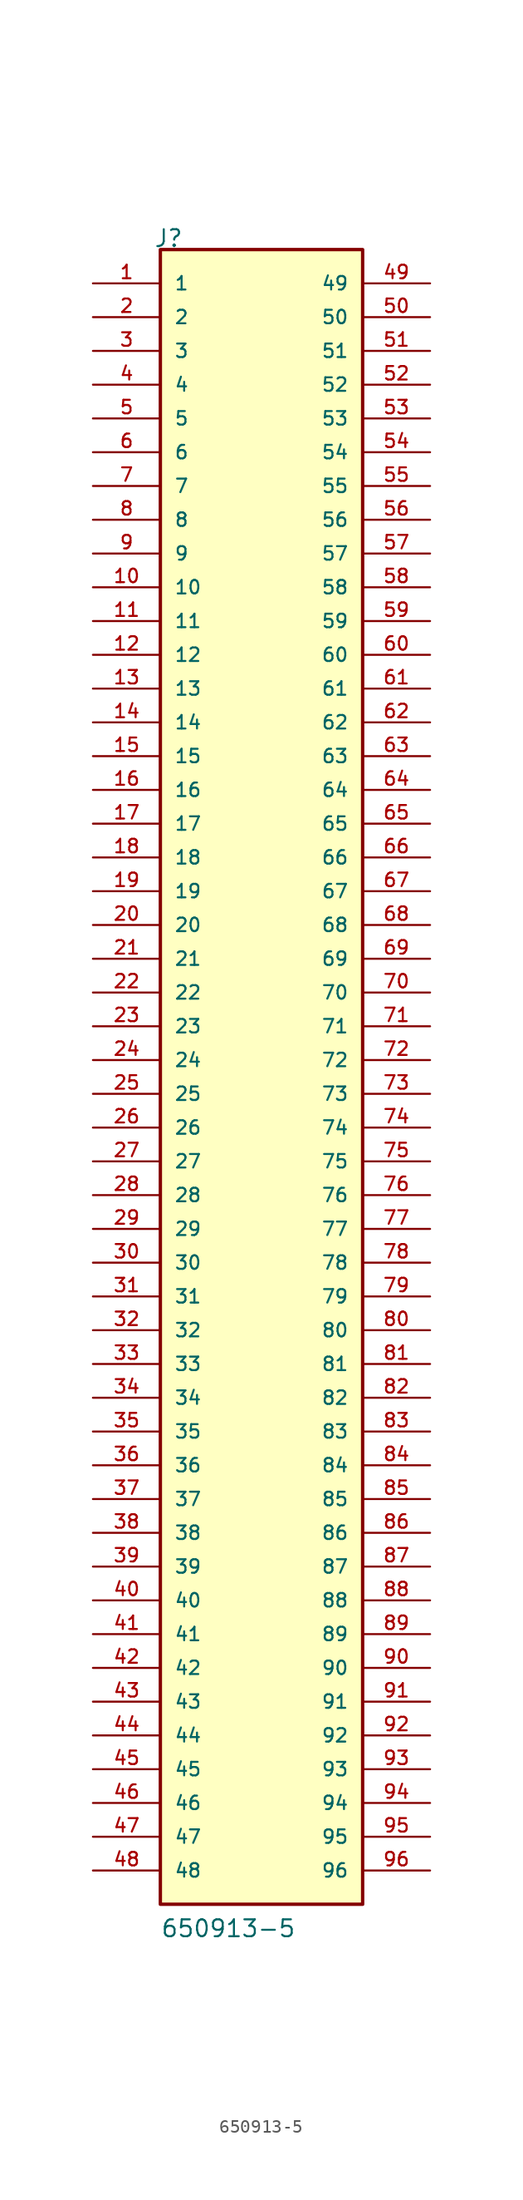
<source format=kicad_sym>
(kicad_symbol_lib
  (version 20201005)
  (generator kicad_symbol_editor)
  (symbol "650913-5"
    (pin_names
      (offset 1.016))
    (property "Reference" "J"
      (at -8.128 63.602 0)
      (effects (font (size 1.27 1.27)) (justify left bottom)))
    (property "Value" "650913-5"
      (at -7.62 -63.525 0)
      (effects (font (size 1.27 1.27)) (justify left bottom)))
    (property "ki_locked" ""
      (at 0 0 0)
      (effects (font (size 1.27 1.27))))
    (symbol "650913-5_0_0"
      (rectangle (start -7.62 -60.96) (end 7.62 63.5) (stroke (width 0.254)) (fill (type background)))
      (pin passive line (at -12.7 60.96 0) (length 5.08) (name "1" (effects (font (size 1.016 1.016)))) (number "1" (effects (font (size 1.016 1.016)))))
      (pin passive line (at -12.7 38.1 0) (length 5.08) (name "10" (effects (font (size 1.016 1.016)))) (number "10" (effects (font (size 1.016 1.016)))))
      (pin passive line (at -12.7 35.56 0) (length 5.08) (name "11" (effects (font (size 1.016 1.016)))) (number "11" (effects (font (size 1.016 1.016)))))
      (pin passive line (at -12.7 33.02 0) (length 5.08) (name "12" (effects (font (size 1.016 1.016)))) (number "12" (effects (font (size 1.016 1.016)))))
      (pin passive line (at -12.7 30.48 0) (length 5.08) (name "13" (effects (font (size 1.016 1.016)))) (number "13" (effects (font (size 1.016 1.016)))))
      (pin passive line (at -12.7 27.94 0) (length 5.08) (name "14" (effects (font (size 1.016 1.016)))) (number "14" (effects (font (size 1.016 1.016)))))
      (pin passive line (at -12.7 25.4 0) (length 5.08) (name "15" (effects (font (size 1.016 1.016)))) (number "15" (effects (font (size 1.016 1.016)))))
      (pin passive line (at -12.7 22.86 0) (length 5.08) (name "16" (effects (font (size 1.016 1.016)))) (number "16" (effects (font (size 1.016 1.016)))))
      (pin passive line (at -12.7 20.32 0) (length 5.08) (name "17" (effects (font (size 1.016 1.016)))) (number "17" (effects (font (size 1.016 1.016)))))
      (pin passive line (at -12.7 17.78 0) (length 5.08) (name "18" (effects (font (size 1.016 1.016)))) (number "18" (effects (font (size 1.016 1.016)))))
      (pin passive line (at -12.7 15.24 0) (length 5.08) (name "19" (effects (font (size 1.016 1.016)))) (number "19" (effects (font (size 1.016 1.016)))))
      (pin passive line (at -12.7 58.42 0) (length 5.08) (name "2" (effects (font (size 1.016 1.016)))) (number "2" (effects (font (size 1.016 1.016)))))
      (pin passive line (at -12.7 12.7 0) (length 5.08) (name "20" (effects (font (size 1.016 1.016)))) (number "20" (effects (font (size 1.016 1.016)))))
      (pin passive line (at -12.7 10.16 0) (length 5.08) (name "21" (effects (font (size 1.016 1.016)))) (number "21" (effects (font (size 1.016 1.016)))))
      (pin passive line (at -12.7 7.62 0) (length 5.08) (name "22" (effects (font (size 1.016 1.016)))) (number "22" (effects (font (size 1.016 1.016)))))
      (pin passive line (at -12.7 5.08 0) (length 5.08) (name "23" (effects (font (size 1.016 1.016)))) (number "23" (effects (font (size 1.016 1.016)))))
      (pin passive line (at -12.7 2.54 0) (length 5.08) (name "24" (effects (font (size 1.016 1.016)))) (number "24" (effects (font (size 1.016 1.016)))))
      (pin passive line (at -12.7 0 0) (length 5.08) (name "25" (effects (font (size 1.016 1.016)))) (number "25" (effects (font (size 1.016 1.016)))))
      (pin passive line (at -12.7 -2.54 0) (length 5.08) (name "26" (effects (font (size 1.016 1.016)))) (number "26" (effects (font (size 1.016 1.016)))))
      (pin passive line (at -12.7 -5.08 0) (length 5.08) (name "27" (effects (font (size 1.016 1.016)))) (number "27" (effects (font (size 1.016 1.016)))))
      (pin passive line (at -12.7 -7.62 0) (length 5.08) (name "28" (effects (font (size 1.016 1.016)))) (number "28" (effects (font (size 1.016 1.016)))))
      (pin passive line (at -12.7 -10.16 0) (length 5.08) (name "29" (effects (font (size 1.016 1.016)))) (number "29" (effects (font (size 1.016 1.016)))))
      (pin passive line (at -12.7 55.88 0) (length 5.08) (name "3" (effects (font (size 1.016 1.016)))) (number "3" (effects (font (size 1.016 1.016)))))
      (pin passive line (at -12.7 -12.7 0) (length 5.08) (name "30" (effects (font (size 1.016 1.016)))) (number "30" (effects (font (size 1.016 1.016)))))
      (pin passive line (at -12.7 -15.24 0) (length 5.08) (name "31" (effects (font (size 1.016 1.016)))) (number "31" (effects (font (size 1.016 1.016)))))
      (pin passive line (at -12.7 -17.78 0) (length 5.08) (name "32" (effects (font (size 1.016 1.016)))) (number "32" (effects (font (size 1.016 1.016)))))
      (pin passive line (at -12.7 -20.32 0) (length 5.08) (name "33" (effects (font (size 1.016 1.016)))) (number "33" (effects (font (size 1.016 1.016)))))
      (pin passive line (at -12.7 -22.86 0) (length 5.08) (name "34" (effects (font (size 1.016 1.016)))) (number "34" (effects (font (size 1.016 1.016)))))
      (pin passive line (at -12.7 -25.4 0) (length 5.08) (name "35" (effects (font (size 1.016 1.016)))) (number "35" (effects (font (size 1.016 1.016)))))
      (pin passive line (at -12.7 -27.94 0) (length 5.08) (name "36" (effects (font (size 1.016 1.016)))) (number "36" (effects (font (size 1.016 1.016)))))
      (pin passive line (at -12.7 -30.48 0) (length 5.08) (name "37" (effects (font (size 1.016 1.016)))) (number "37" (effects (font (size 1.016 1.016)))))
      (pin passive line (at -12.7 -33.02 0) (length 5.08) (name "38" (effects (font (size 1.016 1.016)))) (number "38" (effects (font (size 1.016 1.016)))))
      (pin passive line (at -12.7 -35.56 0) (length 5.08) (name "39" (effects (font (size 1.016 1.016)))) (number "39" (effects (font (size 1.016 1.016)))))
      (pin passive line (at -12.7 53.34 0) (length 5.08) (name "4" (effects (font (size 1.016 1.016)))) (number "4" (effects (font (size 1.016 1.016)))))
      (pin passive line (at -12.7 -38.1 0) (length 5.08) (name "40" (effects (font (size 1.016 1.016)))) (number "40" (effects (font (size 1.016 1.016)))))
      (pin passive line (at -12.7 -40.64 0) (length 5.08) (name "41" (effects (font (size 1.016 1.016)))) (number "41" (effects (font (size 1.016 1.016)))))
      (pin passive line (at -12.7 -43.18 0) (length 5.08) (name "42" (effects (font (size 1.016 1.016)))) (number "42" (effects (font (size 1.016 1.016)))))
      (pin passive line (at -12.7 -45.72 0) (length 5.08) (name "43" (effects (font (size 1.016 1.016)))) (number "43" (effects (font (size 1.016 1.016)))))
      (pin passive line (at -12.7 -48.26 0) (length 5.08) (name "44" (effects (font (size 1.016 1.016)))) (number "44" (effects (font (size 1.016 1.016)))))
      (pin passive line (at -12.7 -50.8 0) (length 5.08) (name "45" (effects (font (size 1.016 1.016)))) (number "45" (effects (font (size 1.016 1.016)))))
      (pin passive line (at -12.7 -53.34 0) (length 5.08) (name "46" (effects (font (size 1.016 1.016)))) (number "46" (effects (font (size 1.016 1.016)))))
      (pin passive line (at -12.7 -55.88 0) (length 5.08) (name "47" (effects (font (size 1.016 1.016)))) (number "47" (effects (font (size 1.016 1.016)))))
      (pin passive line (at -12.7 -58.42 0) (length 5.08) (name "48" (effects (font (size 1.016 1.016)))) (number "48" (effects (font (size 1.016 1.016)))))
      (pin passive line (at 12.7 60.96 180) (length 5.08) (name "49" (effects (font (size 1.016 1.016)))) (number "49" (effects (font (size 1.016 1.016)))))
      (pin passive line (at -12.7 50.8 0) (length 5.08) (name "5" (effects (font (size 1.016 1.016)))) (number "5" (effects (font (size 1.016 1.016)))))
      (pin passive line (at 12.7 58.42 180) (length 5.08) (name "50" (effects (font (size 1.016 1.016)))) (number "50" (effects (font (size 1.016 1.016)))))
      (pin passive line (at 12.7 55.88 180) (length 5.08) (name "51" (effects (font (size 1.016 1.016)))) (number "51" (effects (font (size 1.016 1.016)))))
      (pin passive line (at 12.7 53.34 180) (length 5.08) (name "52" (effects (font (size 1.016 1.016)))) (number "52" (effects (font (size 1.016 1.016)))))
      (pin passive line (at 12.7 50.8 180) (length 5.08) (name "53" (effects (font (size 1.016 1.016)))) (number "53" (effects (font (size 1.016 1.016)))))
      (pin passive line (at 12.7 48.26 180) (length 5.08) (name "54" (effects (font (size 1.016 1.016)))) (number "54" (effects (font (size 1.016 1.016)))))
      (pin passive line (at 12.7 45.72 180) (length 5.08) (name "55" (effects (font (size 1.016 1.016)))) (number "55" (effects (font (size 1.016 1.016)))))
      (pin passive line (at 12.7 43.18 180) (length 5.08) (name "56" (effects (font (size 1.016 1.016)))) (number "56" (effects (font (size 1.016 1.016)))))
      (pin passive line (at 12.7 40.64 180) (length 5.08) (name "57" (effects (font (size 1.016 1.016)))) (number "57" (effects (font (size 1.016 1.016)))))
      (pin passive line (at 12.7 38.1 180) (length 5.08) (name "58" (effects (font (size 1.016 1.016)))) (number "58" (effects (font (size 1.016 1.016)))))
      (pin passive line (at 12.7 35.56 180) (length 5.08) (name "59" (effects (font (size 1.016 1.016)))) (number "59" (effects (font (size 1.016 1.016)))))
      (pin passive line (at -12.7 48.26 0) (length 5.08) (name "6" (effects (font (size 1.016 1.016)))) (number "6" (effects (font (size 1.016 1.016)))))
      (pin passive line (at 12.7 33.02 180) (length 5.08) (name "60" (effects (font (size 1.016 1.016)))) (number "60" (effects (font (size 1.016 1.016)))))
      (pin passive line (at 12.7 30.48 180) (length 5.08) (name "61" (effects (font (size 1.016 1.016)))) (number "61" (effects (font (size 1.016 1.016)))))
      (pin passive line (at 12.7 27.94 180) (length 5.08) (name "62" (effects (font (size 1.016 1.016)))) (number "62" (effects (font (size 1.016 1.016)))))
      (pin passive line (at 12.7 25.4 180) (length 5.08) (name "63" (effects (font (size 1.016 1.016)))) (number "63" (effects (font (size 1.016 1.016)))))
      (pin passive line (at 12.7 22.86 180) (length 5.08) (name "64" (effects (font (size 1.016 1.016)))) (number "64" (effects (font (size 1.016 1.016)))))
      (pin passive line (at 12.7 20.32 180) (length 5.08) (name "65" (effects (font (size 1.016 1.016)))) (number "65" (effects (font (size 1.016 1.016)))))
      (pin passive line (at 12.7 17.78 180) (length 5.08) (name "66" (effects (font (size 1.016 1.016)))) (number "66" (effects (font (size 1.016 1.016)))))
      (pin passive line (at 12.7 15.24 180) (length 5.08) (name "67" (effects (font (size 1.016 1.016)))) (number "67" (effects (font (size 1.016 1.016)))))
      (pin passive line (at 12.7 12.7 180) (length 5.08) (name "68" (effects (font (size 1.016 1.016)))) (number "68" (effects (font (size 1.016 1.016)))))
      (pin passive line (at 12.7 10.16 180) (length 5.08) (name "69" (effects (font (size 1.016 1.016)))) (number "69" (effects (font (size 1.016 1.016)))))
      (pin passive line (at -12.7 45.72 0) (length 5.08) (name "7" (effects (font (size 1.016 1.016)))) (number "7" (effects (font (size 1.016 1.016)))))
      (pin passive line (at 12.7 7.62 180) (length 5.08) (name "70" (effects (font (size 1.016 1.016)))) (number "70" (effects (font (size 1.016 1.016)))))
      (pin passive line (at 12.7 5.08 180) (length 5.08) (name "71" (effects (font (size 1.016 1.016)))) (number "71" (effects (font (size 1.016 1.016)))))
      (pin passive line (at 12.7 2.54 180) (length 5.08) (name "72" (effects (font (size 1.016 1.016)))) (number "72" (effects (font (size 1.016 1.016)))))
      (pin passive line (at 12.7 0 180) (length 5.08) (name "73" (effects (font (size 1.016 1.016)))) (number "73" (effects (font (size 1.016 1.016)))))
      (pin passive line (at 12.7 -2.54 180) (length 5.08) (name "74" (effects (font (size 1.016 1.016)))) (number "74" (effects (font (size 1.016 1.016)))))
      (pin passive line (at 12.7 -5.08 180) (length 5.08) (name "75" (effects (font (size 1.016 1.016)))) (number "75" (effects (font (size 1.016 1.016)))))
      (pin passive line (at 12.7 -7.62 180) (length 5.08) (name "76" (effects (font (size 1.016 1.016)))) (number "76" (effects (font (size 1.016 1.016)))))
      (pin passive line (at 12.7 -10.16 180) (length 5.08) (name "77" (effects (font (size 1.016 1.016)))) (number "77" (effects (font (size 1.016 1.016)))))
      (pin passive line (at 12.7 -12.7 180) (length 5.08) (name "78" (effects (font (size 1.016 1.016)))) (number "78" (effects (font (size 1.016 1.016)))))
      (pin passive line (at 12.7 -15.24 180) (length 5.08) (name "79" (effects (font (size 1.016 1.016)))) (number "79" (effects (font (size 1.016 1.016)))))
      (pin passive line (at -12.7 43.18 0) (length 5.08) (name "8" (effects (font (size 1.016 1.016)))) (number "8" (effects (font (size 1.016 1.016)))))
      (pin passive line (at 12.7 -17.78 180) (length 5.08) (name "80" (effects (font (size 1.016 1.016)))) (number "80" (effects (font (size 1.016 1.016)))))
      (pin passive line (at 12.7 -20.32 180) (length 5.08) (name "81" (effects (font (size 1.016 1.016)))) (number "81" (effects (font (size 1.016 1.016)))))
      (pin passive line (at 12.7 -22.86 180) (length 5.08) (name "82" (effects (font (size 1.016 1.016)))) (number "82" (effects (font (size 1.016 1.016)))))
      (pin passive line (at 12.7 -25.4 180) (length 5.08) (name "83" (effects (font (size 1.016 1.016)))) (number "83" (effects (font (size 1.016 1.016)))))
      (pin passive line (at 12.7 -27.94 180) (length 5.08) (name "84" (effects (font (size 1.016 1.016)))) (number "84" (effects (font (size 1.016 1.016)))))
      (pin passive line (at 12.7 -30.48 180) (length 5.08) (name "85" (effects (font (size 1.016 1.016)))) (number "85" (effects (font (size 1.016 1.016)))))
      (pin passive line (at 12.7 -33.02 180) (length 5.08) (name "86" (effects (font (size 1.016 1.016)))) (number "86" (effects (font (size 1.016 1.016)))))
      (pin passive line (at 12.7 -35.56 180) (length 5.08) (name "87" (effects (font (size 1.016 1.016)))) (number "87" (effects (font (size 1.016 1.016)))))
      (pin passive line (at 12.7 -38.1 180) (length 5.08) (name "88" (effects (font (size 1.016 1.016)))) (number "88" (effects (font (size 1.016 1.016)))))
      (pin passive line (at 12.7 -40.64 180) (length 5.08) (name "89" (effects (font (size 1.016 1.016)))) (number "89" (effects (font (size 1.016 1.016)))))
      (pin passive line (at -12.7 40.64 0) (length 5.08) (name "9" (effects (font (size 1.016 1.016)))) (number "9" (effects (font (size 1.016 1.016)))))
      (pin passive line (at 12.7 -43.18 180) (length 5.08) (name "90" (effects (font (size 1.016 1.016)))) (number "90" (effects (font (size 1.016 1.016)))))
      (pin passive line (at 12.7 -45.72 180) (length 5.08) (name "91" (effects (font (size 1.016 1.016)))) (number "91" (effects (font (size 1.016 1.016)))))
      (pin passive line (at 12.7 -48.26 180) (length 5.08) (name "92" (effects (font (size 1.016 1.016)))) (number "92" (effects (font (size 1.016 1.016)))))
      (pin passive line (at 12.7 -50.8 180) (length 5.08) (name "93" (effects (font (size 1.016 1.016)))) (number "93" (effects (font (size 1.016 1.016)))))
      (pin passive line (at 12.7 -53.34 180) (length 5.08) (name "94" (effects (font (size 1.016 1.016)))) (number "94" (effects (font (size 1.016 1.016)))))
      (pin passive line (at 12.7 -55.88 180) (length 5.08) (name "95" (effects (font (size 1.016 1.016)))) (number "95" (effects (font (size 1.016 1.016)))))
      (pin passive line (at 12.7 -58.42 180) (length 5.08) (name "96" (effects (font (size 1.016 1.016)))) (number "96" (effects (font (size 1.016 1.016))))))))
</source>
